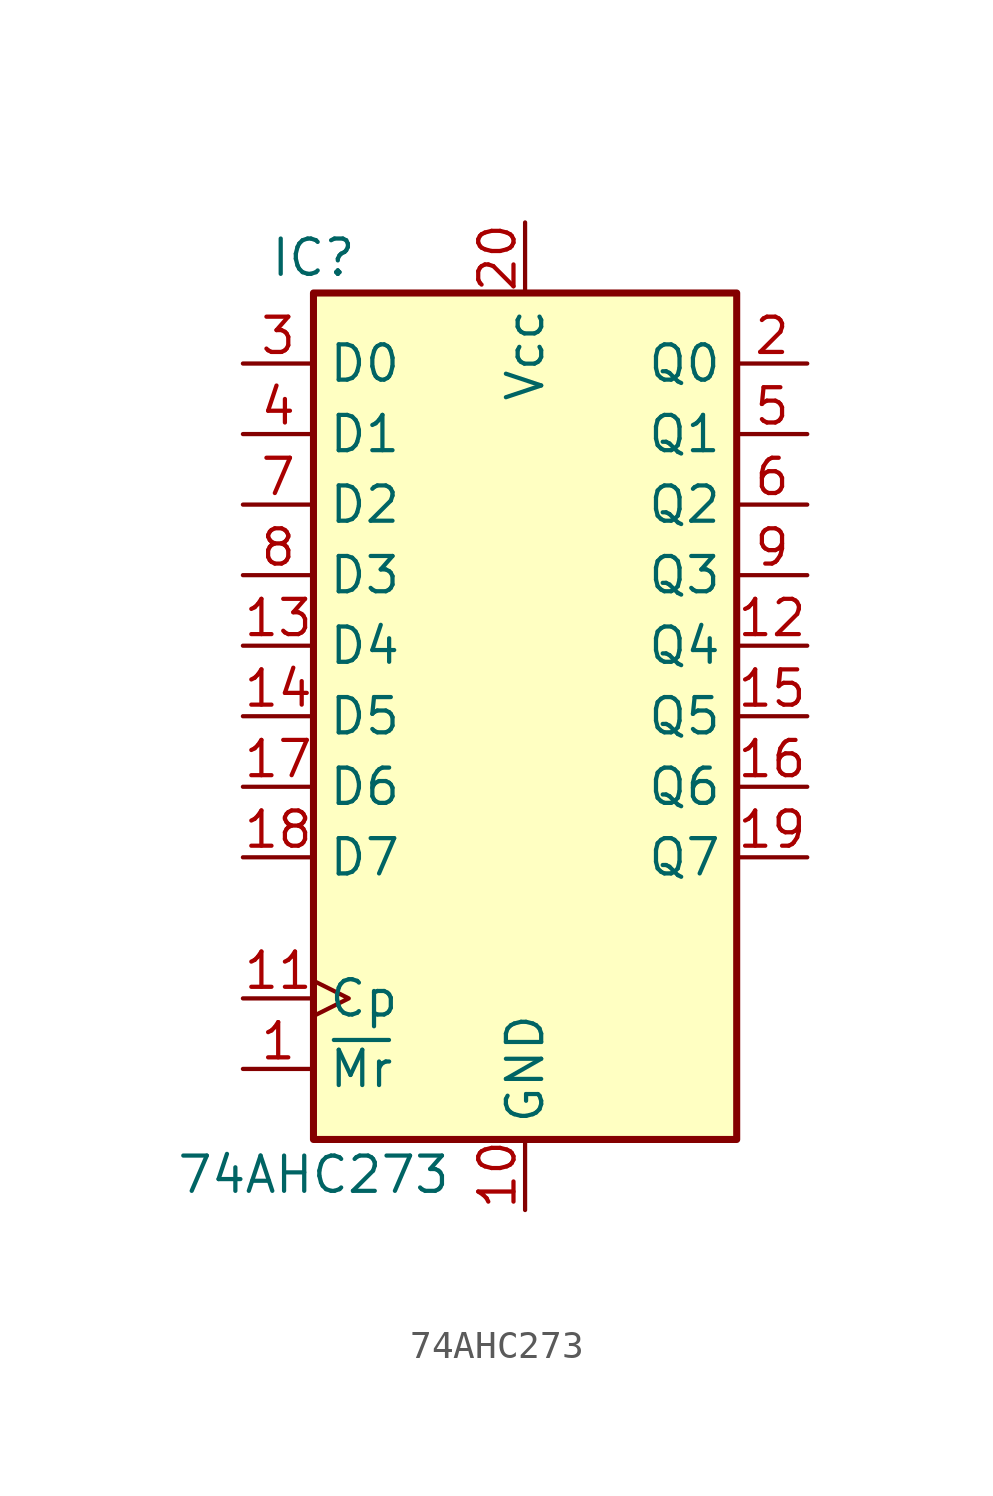
<source format=kicad_sym>
(kicad_symbol_lib
  (version 20231120)
  (generator "kicad_symbol_editor")
  (generator_version "8.0")
  (symbol "74AHC273"
    (property "Reference" "IC"
      (at -7.62 16.51 0)
      (effects (font (size 1.27 1.27))))
    (property "Value" "74AHC273"
      (at -7.62 -16.51 0)
      (effects (font (size 1.27 1.27))))
    (symbol "74AHC273_1_0"
      (pin input line (at -10.16 -12.7 0) (length 2.54) (name "~{Mr}" (effects (font (size 1.27 1.27)))) (number "1" (effects (font (size 1.27 1.27)))))
      (pin power_in line (at 0 -17.78 90) (length 2.54) (name "GND" (effects (font (size 1.27 1.27)))) (number "10" (effects (font (size 1.27 1.27)))))
      (pin input clock (at -10.16 -10.16 0) (length 2.54) (name "Cp" (effects (font (size 1.27 1.27)))) (number "11" (effects (font (size 1.27 1.27)))))
      (pin output line (at 10.16 2.54 180) (length 2.54) (name "Q4" (effects (font (size 1.27 1.27)))) (number "12" (effects (font (size 1.27 1.27)))))
      (pin input line (at -10.16 2.54 0) (length 2.54) (name "D4" (effects (font (size 1.27 1.27)))) (number "13" (effects (font (size 1.27 1.27)))))
      (pin input line (at -10.16 0 0) (length 2.54) (name "D5" (effects (font (size 1.27 1.27)))) (number "14" (effects (font (size 1.27 1.27)))))
      (pin output line (at 10.16 0 180) (length 2.54) (name "Q5" (effects (font (size 1.27 1.27)))) (number "15" (effects (font (size 1.27 1.27)))))
      (pin output line (at 10.16 -2.54 180) (length 2.54) (name "Q6" (effects (font (size 1.27 1.27)))) (number "16" (effects (font (size 1.27 1.27)))))
      (pin input line (at -10.16 -2.54 0) (length 2.54) (name "D6" (effects (font (size 1.27 1.27)))) (number "17" (effects (font (size 1.27 1.27)))))
      (pin input line (at -10.16 -5.08 0) (length 2.54) (name "D7" (effects (font (size 1.27 1.27)))) (number "18" (effects (font (size 1.27 1.27)))))
      (pin output line (at 10.16 -5.08 180) (length 2.54) (name "Q7" (effects (font (size 1.27 1.27)))) (number "19" (effects (font (size 1.27 1.27)))))
      (pin output line (at 10.16 12.7 180) (length 2.54) (name "Q0" (effects (font (size 1.27 1.27)))) (number "2" (effects (font (size 1.27 1.27)))))
      (pin power_in line (at 0 17.78 270) (length 2.54) (name "Vcc" (effects (font (size 1.27 1.27)))) (number "20" (effects (font (size 1.27 1.27)))))
      (pin input line (at -10.16 12.7 0) (length 2.54) (name "D0" (effects (font (size 1.27 1.27)))) (number "3" (effects (font (size 1.27 1.27)))))
      (pin input line (at -10.16 10.16 0) (length 2.54) (name "D1" (effects (font (size 1.27 1.27)))) (number "4" (effects (font (size 1.27 1.27)))))
      (pin output line (at 10.16 10.16 180) (length 2.54) (name "Q1" (effects (font (size 1.27 1.27)))) (number "5" (effects (font (size 1.27 1.27)))))
      (pin output line (at 10.16 7.62 180) (length 2.54) (name "Q2" (effects (font (size 1.27 1.27)))) (number "6" (effects (font (size 1.27 1.27)))))
      (pin input line (at -10.16 7.62 0) (length 2.54) (name "D2" (effects (font (size 1.27 1.27)))) (number "7" (effects (font (size 1.27 1.27)))))
      (pin input line (at -10.16 5.08 0) (length 2.54) (name "D3" (effects (font (size 1.27 1.27)))) (number "8" (effects (font (size 1.27 1.27)))))
      (pin output line (at 10.16 5.08 180) (length 2.54) (name "Q3" (effects (font (size 1.27 1.27)))) (number "9" (effects (font (size 1.27 1.27))))))
    (symbol "74AHC273_1_1"
      (rectangle (start -7.62 15.24) (end 7.62 -15.24) (stroke (width 0.254) (type solid)) (fill (type background))))))
</source>
